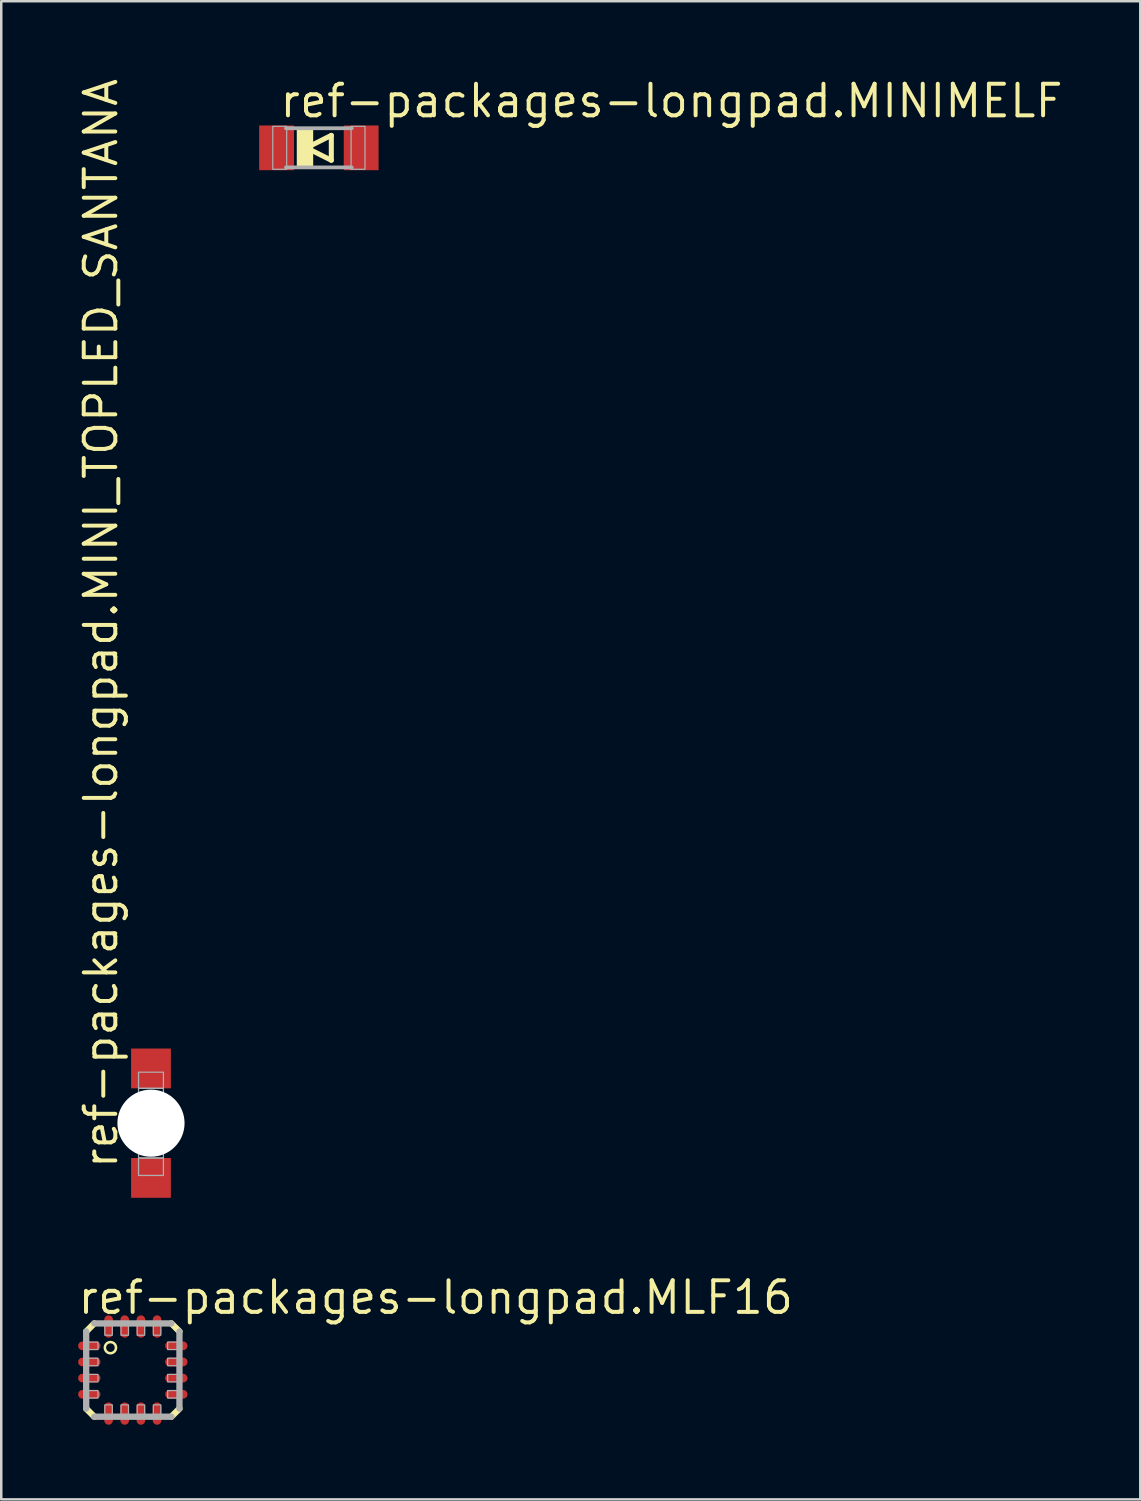
<source format=kicad_pcb>
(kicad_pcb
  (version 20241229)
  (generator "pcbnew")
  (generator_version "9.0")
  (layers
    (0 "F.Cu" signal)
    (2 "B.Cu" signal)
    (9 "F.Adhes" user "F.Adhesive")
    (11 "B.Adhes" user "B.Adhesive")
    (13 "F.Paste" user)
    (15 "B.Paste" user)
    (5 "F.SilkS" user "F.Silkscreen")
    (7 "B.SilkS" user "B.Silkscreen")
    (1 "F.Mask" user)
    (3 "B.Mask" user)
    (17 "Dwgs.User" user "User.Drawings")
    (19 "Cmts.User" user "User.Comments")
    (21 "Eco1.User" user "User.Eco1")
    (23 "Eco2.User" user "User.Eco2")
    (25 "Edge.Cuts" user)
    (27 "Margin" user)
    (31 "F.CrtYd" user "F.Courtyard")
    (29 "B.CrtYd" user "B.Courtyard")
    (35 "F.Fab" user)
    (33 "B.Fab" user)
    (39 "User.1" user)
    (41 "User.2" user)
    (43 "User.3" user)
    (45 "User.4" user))
  (footprint "ref-packages-longpad.MINI_TOPLED_SANTANA"
    (layer "F.Cu")
    (at 3.02 42.106)
    (property "Reference" "ref-packages-longpad.MINI_TOPLED_SANTANA" (at -1.27 1.905 90) (layer "F.SilkS") (effects (font (size 1.27 1.27) (thickness 0.16)) (justify left bottom)))
    (attr smd)
    (fp_rect (start -0.55 -1.5) (end 0.55 -2.1) (stroke (width 0.05) (type default)) (fill yes) (layer "F.Mask"))
    (fp_rect (start -0.55 2.1) (end 0.55 1.5) (stroke (width 0.05) (type default)) (fill yes) (layer "F.Mask"))
    (fp_line (start -0.7 -1) (end 0.7 -1) (stroke (width 0.102) (type default)) (layer "F.SilkS"))
    (fp_line (start -0.7 1) (end -0.7 -1) (stroke (width 0.102) (type default)) (layer "F.SilkS"))
    (fp_line (start -0.45 -0.7) (end 0.45 -0.7) (stroke (width 0.102) (type default)) (layer "F.SilkS"))
    (fp_line (start -0.45 0.7) (end -0.45 -0.7) (stroke (width 0.102) (type default)) (layer "F.SilkS"))
    (fp_line (start 0.35 1) (end -0.7 1) (stroke (width 0.102) (type default)) (layer "F.SilkS"))
    (fp_line (start 0.45 -0.7) (end 0.45 0.7) (stroke (width 0.102) (type default)) (layer "F.SilkS"))
    (fp_line (start 0.45 0.7) (end -0.45 0.7) (stroke (width 0.102) (type default)) (layer "F.SilkS"))
    (fp_line (start 0.7 -1) (end 0.7 0.65) (stroke (width 0.102) (type default)) (layer "F.SilkS"))
    (fp_line (start 0.7 0.65) (end 0.35 1) (stroke (width 0.102) (type default)) (layer "F.SilkS"))
    (fp_line (start 0.7 0.65) (end 0.7 1) (stroke (width 0.102) (type default)) (layer "F.SilkS"))
    (fp_line (start 0.7 1) (end 0.35 1) (stroke (width 0.102) (type default)) (layer "F.SilkS"))
    (fp_rect (start -0.2 0.4) (end 0.15 0.05) (stroke (width 0.05) (type default)) (fill yes) (layer "F.SilkS"))
    (fp_rect (start -0.5 -1.55) (end 0.5 -2.05) (stroke (width 0.05) (type default)) (fill yes) (layer "F.Paste"))
    (fp_rect (start -0.5 2.05) (end 0.5 1.55) (stroke (width 0.05) (type default)) (fill yes) (layer "F.Paste"))
    (fp_rect (start -0.5 -1.4) (end 0.5 -2.05) (stroke (width 0.05) (type default)) (fill no) (layer "F.Fab"))
    (fp_rect (start -0.5 -1) (end 0.5 -1.4) (stroke (width 0.05) (type default)) (fill no) (layer "F.Fab"))
    (fp_rect (start -0.5 1.4) (end 0.5 1.05) (stroke (width 0.05) (type default)) (fill no) (layer "F.Fab"))
    (fp_rect (start -0.5 2.1) (end 0.5 1.4) (stroke (width 0.05) (type default)) (fill no) (layer "F.Fab"))
    (pad "" np_thru_hole circle (at 0 0) (size 2.7 2.7) (drill 2.7) (layers "*.Cu" "*.Mask"))
    (pad "A" smd roundrect (at 0 -2.2) (size 1.6 1.6) (layers "F.Cu" "F.Mask" "F.Paste") (roundrect_rratio 0.01))
    (pad "C" smd roundrect (at 0 2.2) (size 1.6 1.6) (layers "F.Cu" "F.Mask" "F.Paste") (roundrect_rratio 0.01)))
  (footprint "ref-packages-longpad.MINIMELF"
    (layer "F.Cu")
    (at 9.77 2.893)
    (property "Reference" "ref-packages-longpad.MINIMELF" (at -1.651 -1.143 0) (layer "F.SilkS") (effects (font (size 1.27 1.27) (thickness 0.16)) (justify left bottom)))
    (attr smd)
    (fp_line (start -0.5 0) (end 0.5 0.5) (stroke (width 0.203) (type default)) (layer "F.SilkS"))
    (fp_line (start 0.5 -0.5) (end -0.5 0) (stroke (width 0.203) (type default)) (layer "F.SilkS"))
    (fp_line (start 0.5 0.5) (end 0.5 -0.5) (stroke (width 0.203) (type default)) (layer "F.SilkS"))
    (fp_rect (start -0.864 0.787) (end -0.254 -0.787) (stroke (width 0.05) (type default)) (fill yes) (layer "F.SilkS"))
    (fp_line (start 1.321 -0.787) (end -1.321 -0.787) (stroke (width 0.152) (type default)) (layer "F.Fab"))
    (fp_line (start 1.321 0.787) (end -1.321 0.787) (stroke (width 0.152) (type default)) (layer "F.Fab"))
    (fp_rect (start -1.854 0.864) (end -1.295 -0.864) (stroke (width 0.05) (type default)) (fill no) (layer "F.Fab"))
    (fp_rect (start 1.295 0.864) (end 1.854 -0.864) (stroke (width 0.05) (type default)) (fill no) (layer "F.Fab"))
    (pad "A" smd roundrect (at 1.7 0) (size 1.4 1.8) (layers "F.Cu" "F.Mask" "F.Paste") (roundrect_rratio 0.01))
    (pad "C" smd roundrect (at -1.7 0) (size 1.4 1.8) (layers "F.Cu" "F.Mask" "F.Paste") (roundrect_rratio 0.01)))
  (footprint "ref-packages-longpad.MLF16"
    (layer "F.Cu")
    (at 2.29 52.031)
    (property "Reference" "ref-packages-longpad.MLF16" (at -2.29 -2.175 0) (layer "F.SilkS") (effects (font (size 1.27 1.27) (thickness 0.16)) (justify left bottom)))
    (attr smd)
    (fp_line (start -1.875 -1.55) (end -1.55 -1.875) (stroke (width 0.254) (type default)) (layer "F.SilkS"))
    (fp_line (start -1.55 1.875) (end -1.875 1.55) (stroke (width 0.254) (type default)) (layer "F.SilkS"))
    (fp_line (start 1.55 -1.875) (end 1.875 -1.55) (stroke (width 0.254) (type default)) (layer "F.SilkS"))
    (fp_line (start 1.875 1.55) (end 1.55 1.875) (stroke (width 0.254) (type default)) (layer "F.SilkS"))
    (fp_circle (center -0.9 -0.9) (end -0.676 -0.9) (stroke (width 0.102) (type default)) (fill no) (layer "F.SilkS"))
    (fp_line (start -1.875 1.55) (end -1.875 -1.55) (stroke (width 0.254) (type default)) (layer "F.Fab"))
    (fp_line (start -1.55 -1.875) (end 1.55 -1.875) (stroke (width 0.254) (type default)) (layer "F.Fab"))
    (fp_line (start 1.55 1.875) (end -1.55 1.875) (stroke (width 0.254) (type default)) (layer "F.Fab"))
    (fp_line (start 1.875 -1.55) (end 1.875 1.55) (stroke (width 0.254) (type default)) (layer "F.Fab"))
    (fp_rect (start -1.85 -0.825) (end -1.4 -1.125) (stroke (width 0.05) (type default)) (fill no) (layer "F.Fab"))
    (fp_rect (start -1.85 -0.175) (end -1.4 -0.475) (stroke (width 0.05) (type default)) (fill no) (layer "F.Fab"))
    (fp_rect (start -1.85 0.475) (end -1.4 0.175) (stroke (width 0.05) (type default)) (fill no) (layer "F.Fab"))
    (fp_rect (start -1.85 1.125) (end -1.4 0.825) (stroke (width 0.05) (type default)) (fill no) (layer "F.Fab"))
    (fp_rect (start -1.125 -1.4) (end -0.825 -1.85) (stroke (width 0.05) (type default)) (fill no) (layer "F.Fab"))
    (fp_rect (start -1.125 1.85) (end -0.825 1.4) (stroke (width 0.05) (type default)) (fill no) (layer "F.Fab"))
    (fp_rect (start -0.475 -1.4) (end -0.175 -1.85) (stroke (width 0.05) (type default)) (fill no) (layer "F.Fab"))
    (fp_rect (start -0.475 1.85) (end -0.175 1.4) (stroke (width 0.05) (type default)) (fill no) (layer "F.Fab"))
    (fp_rect (start 0.175 -1.4) (end 0.475 -1.85) (stroke (width 0.05) (type default)) (fill no) (layer "F.Fab"))
    (fp_rect (start 0.175 1.85) (end 0.475 1.4) (stroke (width 0.05) (type default)) (fill no) (layer "F.Fab"))
    (fp_rect (start 0.825 -1.4) (end 1.125 -1.85) (stroke (width 0.05) (type default)) (fill no) (layer "F.Fab"))
    (fp_rect (start 0.825 1.85) (end 1.125 1.4) (stroke (width 0.05) (type default)) (fill no) (layer "F.Fab"))
    (fp_rect (start 1.4 -0.825) (end 1.85 -1.125) (stroke (width 0.05) (type default)) (fill no) (layer "F.Fab"))
    (fp_rect (start 1.4 -0.175) (end 1.85 -0.475) (stroke (width 0.05) (type default)) (fill no) (layer "F.Fab"))
    (fp_rect (start 1.4 0.475) (end 1.85 0.175) (stroke (width 0.05) (type default)) (fill no) (layer "F.Fab"))
    (fp_rect (start 1.4 1.125) (end 1.85 0.825) (stroke (width 0.05) (type default)) (fill no) (layer "F.Fab"))
    (pad "1" smd roundrect (at -1.75 -0.975) (size 0.9 0.35) (layers "F.Cu" "F.Mask" "F.Paste") (roundrect_rratio 0.5))
    (pad "2" smd roundrect (at -1.75 -0.325) (size 0.9 0.35) (layers "F.Cu" "F.Mask" "F.Paste") (roundrect_rratio 0.5))
    (pad "3" smd roundrect (at -1.75 0.325) (size 0.9 0.35) (layers "F.Cu" "F.Mask" "F.Paste") (roundrect_rratio 0.5))
    (pad "4" smd roundrect (at -1.75 0.975) (size 0.9 0.35) (layers "F.Cu" "F.Mask" "F.Paste") (roundrect_rratio 0.5))
    (pad "5" smd roundrect (at -0.975 1.75) (size 0.35 0.9) (layers "F.Cu" "F.Mask" "F.Paste") (roundrect_rratio 0.5))
    (pad "6" smd roundrect (at -0.325 1.75) (size 0.35 0.9) (layers "F.Cu" "F.Mask" "F.Paste") (roundrect_rratio 0.5))
    (pad "7" smd roundrect (at 0.325 1.75) (size 0.35 0.9) (layers "F.Cu" "F.Mask" "F.Paste") (roundrect_rratio 0.5))
    (pad "8" smd roundrect (at 0.975 1.75) (size 0.35 0.9) (layers "F.Cu" "F.Mask" "F.Paste") (roundrect_rratio 0.5))
    (pad "9" smd roundrect (at 1.75 0.975) (size 0.9 0.35) (layers "F.Cu" "F.Mask" "F.Paste") (roundrect_rratio 0.5))
    (pad "10" smd roundrect (at 1.75 0.325) (size 0.9 0.35) (layers "F.Cu" "F.Mask" "F.Paste") (roundrect_rratio 0.5))
    (pad "11" smd roundrect (at 1.75 -0.325) (size 0.9 0.35) (layers "F.Cu" "F.Mask" "F.Paste") (roundrect_rratio 0.5))
    (pad "12" smd roundrect (at 1.75 -0.975) (size 0.9 0.35) (layers "F.Cu" "F.Mask" "F.Paste") (roundrect_rratio 0.5))
    (pad "13" smd roundrect (at 0.975 -1.75) (size 0.35 0.9) (layers "F.Cu" "F.Mask" "F.Paste") (roundrect_rratio 0.5))
    (pad "14" smd roundrect (at 0.325 -1.75) (size 0.35 0.9) (layers "F.Cu" "F.Mask" "F.Paste") (roundrect_rratio 0.5))
    (pad "15" smd roundrect (at -0.325 -1.75) (size 0.35 0.9) (layers "F.Cu" "F.Mask" "F.Paste") (roundrect_rratio 0.5))
    (pad "16" smd roundrect (at -0.975 -1.75) (size 0.35 0.9) (layers "F.Cu" "F.Mask" "F.Paste") (roundrect_rratio 0.5)))
  (gr_rect
    (start -3 -3)
    (end 42.793 57.231)
    (stroke (width 0.1) (type default))
    (fill no)
    (layer "Edge.Cuts")))
</source>
